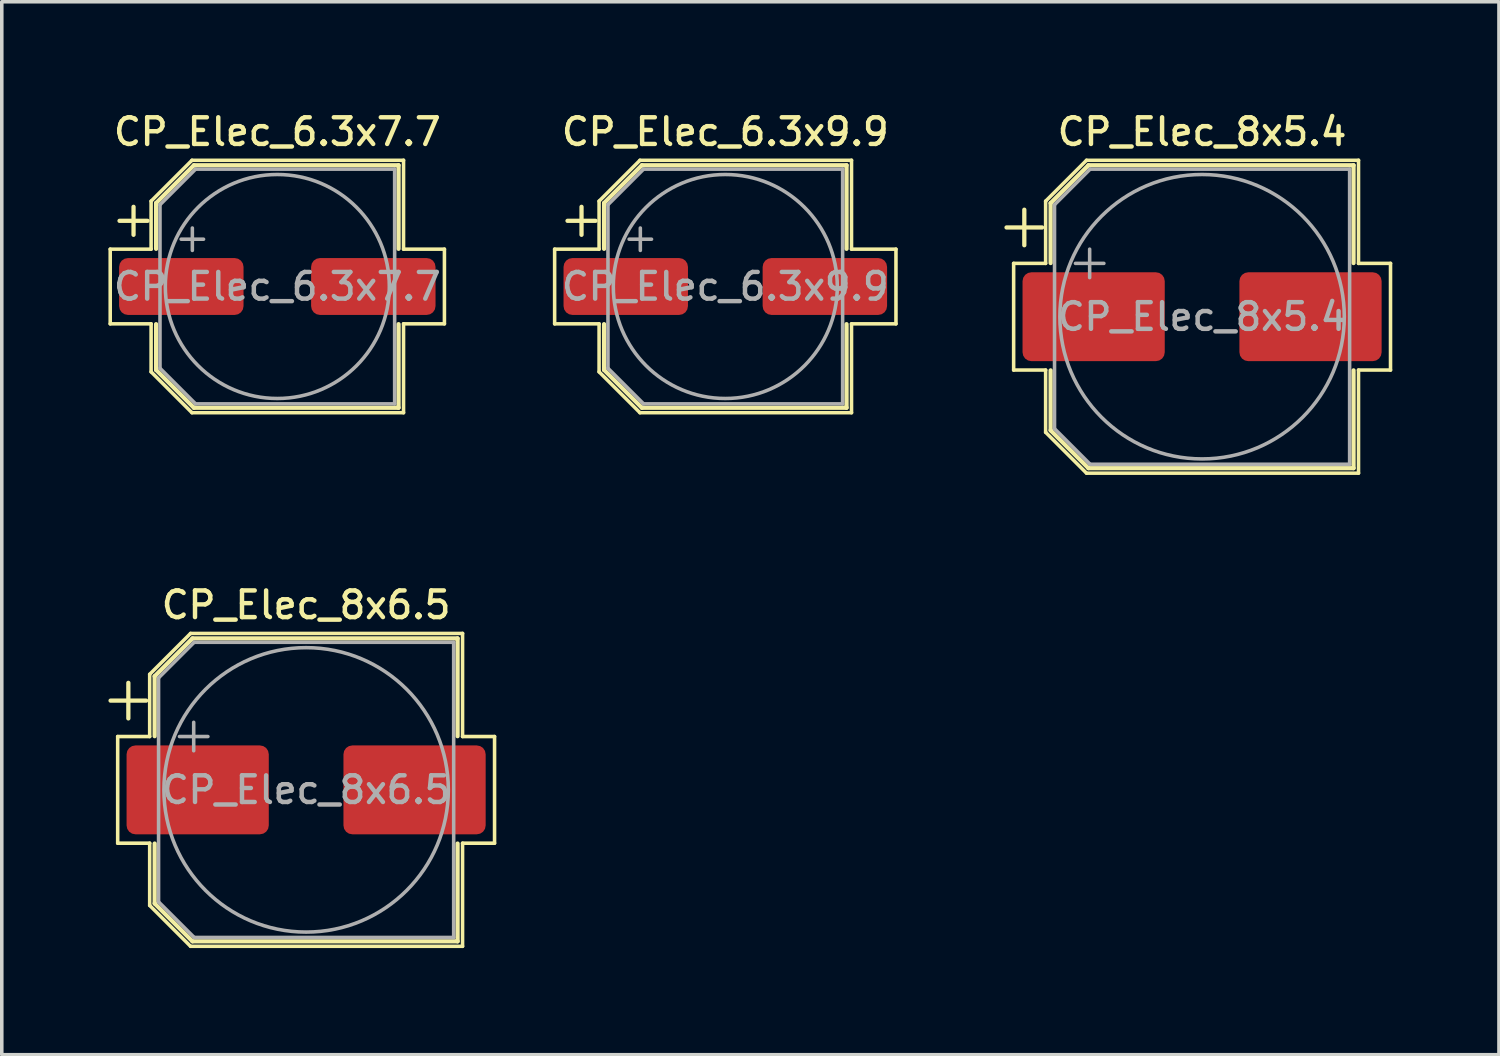
<source format=kicad_pcb>
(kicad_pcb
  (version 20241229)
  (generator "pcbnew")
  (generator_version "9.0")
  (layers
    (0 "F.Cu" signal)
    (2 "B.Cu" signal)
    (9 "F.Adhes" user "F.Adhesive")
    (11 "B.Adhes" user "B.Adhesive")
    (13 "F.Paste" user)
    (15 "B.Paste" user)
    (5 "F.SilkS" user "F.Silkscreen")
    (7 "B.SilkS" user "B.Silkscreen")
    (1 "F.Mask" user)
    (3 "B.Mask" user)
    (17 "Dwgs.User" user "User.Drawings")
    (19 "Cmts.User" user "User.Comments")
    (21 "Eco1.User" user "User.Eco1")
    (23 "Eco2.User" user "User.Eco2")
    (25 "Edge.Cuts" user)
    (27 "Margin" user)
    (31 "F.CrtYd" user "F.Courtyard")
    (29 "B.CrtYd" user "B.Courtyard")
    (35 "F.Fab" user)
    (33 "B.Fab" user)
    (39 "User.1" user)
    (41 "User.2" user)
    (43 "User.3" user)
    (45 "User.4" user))
  (footprint "CP_Elec_6.3x9.9"
    (layer "F.Cu")
    (at 17.35 5.008)
    (property "Reference" "CP_Elec_6.3x9.9" (at 0 -4.35 0) (layer "F.SilkS") (effects (font (size 0.75 0.75) (thickness 0.125))))
    (attr smd)
    (fp_line (start -4.8 -1.05) (end -4.8 1.05) (stroke (width 0.1) (type solid)) (layer "F.SilkS"))
    (fp_line (start -4.8 1.05) (end -3.55 1.05) (stroke (width 0.1) (type solid)) (layer "F.SilkS"))
    (fp_line (start -4.438 -1.847) (end -3.65 -1.847) (stroke (width 0.12) (type solid)) (layer "F.SilkS"))
    (fp_line (start -4.044 -2.241) (end -4.044 -1.454) (stroke (width 0.12) (type solid)) (layer "F.SilkS"))
    (fp_line (start -3.55 -2.4) (end -3.55 -1.05) (stroke (width 0.1) (type solid)) (layer "F.SilkS"))
    (fp_line (start -3.55 -2.4) (end -2.4 -3.55) (stroke (width 0.1) (type solid)) (layer "F.SilkS"))
    (fp_line (start -3.55 -1.05) (end -4.8 -1.05) (stroke (width 0.1) (type solid)) (layer "F.SilkS"))
    (fp_line (start -3.55 1.05) (end -3.55 2.4) (stroke (width 0.1) (type solid)) (layer "F.SilkS"))
    (fp_line (start -3.55 2.4) (end -2.4 3.55) (stroke (width 0.1) (type solid)) (layer "F.SilkS"))
    (fp_line (start -3.41 -2.346) (end -3.41 -1.06) (stroke (width 0.12) (type solid)) (layer "F.SilkS"))
    (fp_line (start -3.41 -2.346) (end -2.346 -3.41) (stroke (width 0.12) (type solid)) (layer "F.SilkS"))
    (fp_line (start -3.41 2.346) (end -3.41 1.06) (stroke (width 0.12) (type solid)) (layer "F.SilkS"))
    (fp_line (start -3.41 2.346) (end -2.346 3.41) (stroke (width 0.12) (type solid)) (layer "F.SilkS"))
    (fp_line (start -2.4 -3.55) (end 3.55 -3.55) (stroke (width 0.1) (type solid)) (layer "F.SilkS"))
    (fp_line (start -2.4 3.55) (end 3.55 3.55) (stroke (width 0.1) (type solid)) (layer "F.SilkS"))
    (fp_line (start -2.346 -3.41) (end 3.41 -3.41) (stroke (width 0.12) (type solid)) (layer "F.SilkS"))
    (fp_line (start -2.346 3.41) (end 3.41 3.41) (stroke (width 0.12) (type solid)) (layer "F.SilkS"))
    (fp_line (start 3.41 -3.41) (end 3.41 -1.06) (stroke (width 0.12) (type solid)) (layer "F.SilkS"))
    (fp_line (start 3.41 3.41) (end 3.41 1.06) (stroke (width 0.12) (type solid)) (layer "F.SilkS"))
    (fp_line (start 3.55 -3.55) (end 3.55 -1.05) (stroke (width 0.1) (type solid)) (layer "F.SilkS"))
    (fp_line (start 3.55 -1.05) (end 4.8 -1.05) (stroke (width 0.1) (type solid)) (layer "F.SilkS"))
    (fp_line (start 3.55 1.05) (end 3.55 3.55) (stroke (width 0.1) (type solid)) (layer "F.SilkS"))
    (fp_line (start 4.8 -1.05) (end 4.8 1.05) (stroke (width 0.1) (type solid)) (layer "F.SilkS"))
    (fp_line (start 4.8 1.05) (end 3.55 1.05) (stroke (width 0.1) (type solid)) (layer "F.SilkS"))
    (fp_line (start -3.3 -2.3) (end -3.3 2.3) (stroke (width 0.1) (type solid)) (layer "F.Fab"))
    (fp_line (start -3.3 -2.3) (end -2.3 -3.3) (stroke (width 0.1) (type solid)) (layer "F.Fab"))
    (fp_line (start -3.3 2.3) (end -2.3 3.3) (stroke (width 0.1) (type solid)) (layer "F.Fab"))
    (fp_line (start -2.705 -1.33) (end -2.075 -1.33) (stroke (width 0.1) (type solid)) (layer "F.Fab"))
    (fp_line (start -2.39 -1.645) (end -2.39 -1.015) (stroke (width 0.1) (type solid)) (layer "F.Fab"))
    (fp_line (start -2.3 -3.3) (end 3.3 -3.3) (stroke (width 0.1) (type solid)) (layer "F.Fab"))
    (fp_line (start -2.3 3.3) (end 3.3 3.3) (stroke (width 0.1) (type solid)) (layer "F.Fab"))
    (fp_line (start 3.3 -3.3) (end 3.3 3.3) (stroke (width 0.1) (type solid)) (layer "F.Fab"))
    (fp_circle (center 0 0) (end 3.15 0) (stroke (width 0.1) (type solid)) (fill no) (layer "F.Fab"))
    (fp_text user "${REFERENCE}" (at 0 0 0) (layer "F.Fab") (effects (font (size 0.75 0.75) (thickness 0.125))))
    (pad "1" smd roundrect (at -2.8 0) (size 3.5 1.6) (layers "F.Cu" "F.Mask" "F.Paste") (roundrect_rratio 0.156))
    (pad "2" smd roundrect (at 2.8 0) (size 3.5 1.6) (layers "F.Cu" "F.Mask" "F.Paste") (roundrect_rratio 0.156)))
  (footprint "CP_Elec_8x6.5"
    (layer "F.Cu")
    (at 5.56 19.166)
    (property "Reference" "CP_Elec_8x6.5" (at 0 -5.2 0) (layer "F.SilkS") (effects (font (size 0.75 0.75) (thickness 0.125))))
    (attr smd)
    (fp_line (start -5.5 -2.51) (end -4.5 -2.51) (stroke (width 0.12) (type solid)) (layer "F.SilkS"))
    (fp_line (start -5.3 -1.5) (end -5.3 1.5) (stroke (width 0.1) (type solid)) (layer "F.SilkS"))
    (fp_line (start -5.3 1.5) (end -4.4 1.5) (stroke (width 0.1) (type solid)) (layer "F.SilkS"))
    (fp_line (start -5 -3.01) (end -5 -2.01) (stroke (width 0.12) (type solid)) (layer "F.SilkS"))
    (fp_line (start -4.4 -3.25) (end -4.4 -1.5) (stroke (width 0.1) (type solid)) (layer "F.SilkS"))
    (fp_line (start -4.4 -3.25) (end -3.25 -4.4) (stroke (width 0.1) (type solid)) (layer "F.SilkS"))
    (fp_line (start -4.4 -1.5) (end -5.3 -1.5) (stroke (width 0.1) (type solid)) (layer "F.SilkS"))
    (fp_line (start -4.4 1.5) (end -4.4 3.25) (stroke (width 0.1) (type solid)) (layer "F.SilkS"))
    (fp_line (start -4.4 3.25) (end -3.25 4.4) (stroke (width 0.1) (type solid)) (layer "F.SilkS"))
    (fp_line (start -4.26 -3.196) (end -4.26 -1.51) (stroke (width 0.12) (type solid)) (layer "F.SilkS"))
    (fp_line (start -4.26 -3.196) (end -3.196 -4.26) (stroke (width 0.12) (type solid)) (layer "F.SilkS"))
    (fp_line (start -4.26 3.196) (end -4.26 1.51) (stroke (width 0.12) (type solid)) (layer "F.SilkS"))
    (fp_line (start -4.26 3.196) (end -3.196 4.26) (stroke (width 0.12) (type solid)) (layer "F.SilkS"))
    (fp_line (start -3.25 -4.4) (end 4.4 -4.4) (stroke (width 0.1) (type solid)) (layer "F.SilkS"))
    (fp_line (start -3.25 4.4) (end 4.4 4.4) (stroke (width 0.1) (type solid)) (layer "F.SilkS"))
    (fp_line (start -3.196 -4.26) (end 4.26 -4.26) (stroke (width 0.12) (type solid)) (layer "F.SilkS"))
    (fp_line (start -3.196 4.26) (end 4.26 4.26) (stroke (width 0.12) (type solid)) (layer "F.SilkS"))
    (fp_line (start 4.26 -4.26) (end 4.26 -1.51) (stroke (width 0.12) (type solid)) (layer "F.SilkS"))
    (fp_line (start 4.26 4.26) (end 4.26 1.51) (stroke (width 0.12) (type solid)) (layer "F.SilkS"))
    (fp_line (start 4.4 -4.4) (end 4.4 -1.5) (stroke (width 0.1) (type solid)) (layer "F.SilkS"))
    (fp_line (start 4.4 -1.5) (end 5.3 -1.5) (stroke (width 0.1) (type solid)) (layer "F.SilkS"))
    (fp_line (start 4.4 1.5) (end 4.4 4.4) (stroke (width 0.1) (type solid)) (layer "F.SilkS"))
    (fp_line (start 5.3 -1.5) (end 5.3 1.5) (stroke (width 0.1) (type solid)) (layer "F.SilkS"))
    (fp_line (start 5.3 1.5) (end 4.4 1.5) (stroke (width 0.1) (type solid)) (layer "F.SilkS"))
    (fp_line (start -4.15 -3.15) (end -4.15 3.15) (stroke (width 0.1) (type solid)) (layer "F.Fab"))
    (fp_line (start -4.15 -3.15) (end -3.15 -4.15) (stroke (width 0.1) (type solid)) (layer "F.Fab"))
    (fp_line (start -4.15 3.15) (end -3.15 4.15) (stroke (width 0.1) (type solid)) (layer "F.Fab"))
    (fp_line (start -3.562 -1.5) (end -2.762 -1.5) (stroke (width 0.1) (type solid)) (layer "F.Fab"))
    (fp_line (start -3.162 -1.9) (end -3.162 -1.1) (stroke (width 0.1) (type solid)) (layer "F.Fab"))
    (fp_line (start -3.15 -4.15) (end 4.15 -4.15) (stroke (width 0.1) (type solid)) (layer "F.Fab"))
    (fp_line (start -3.15 4.15) (end 4.15 4.15) (stroke (width 0.1) (type solid)) (layer "F.Fab"))
    (fp_line (start 4.15 -4.15) (end 4.15 4.15) (stroke (width 0.1) (type solid)) (layer "F.Fab"))
    (fp_circle (center 0 0) (end 4 0) (stroke (width 0.1) (type solid)) (fill no) (layer "F.Fab"))
    (fp_text user "${REFERENCE}" (at 0 0 0) (layer "F.Fab") (effects (font (size 0.75 0.75) (thickness 0.125))))
    (pad "1" smd roundrect (at -3.05 0) (size 4 2.5) (layers "F.Cu" "F.Mask" "F.Paste") (roundrect_rratio 0.1))
    (pad "2" smd roundrect (at 3.05 0) (size 4 2.5) (layers "F.Cu" "F.Mask" "F.Paste") (roundrect_rratio 0.1)))
  (footprint "CP_Elec_6.3x7.7"
    (layer "F.Cu")
    (at 4.75 5.008)
    (property "Reference" "CP_Elec_6.3x7.7" (at 0 -4.35 0) (layer "F.SilkS") (effects (font (size 0.75 0.75) (thickness 0.125))))
    (attr smd)
    (fp_line (start -4.7 -1.05) (end -4.7 1.05) (stroke (width 0.1) (type solid)) (layer "F.SilkS"))
    (fp_line (start -4.7 1.05) (end -3.55 1.05) (stroke (width 0.1) (type solid)) (layer "F.SilkS"))
    (fp_line (start -4.438 -1.847) (end -3.65 -1.847) (stroke (width 0.12) (type solid)) (layer "F.SilkS"))
    (fp_line (start -4.044 -2.241) (end -4.044 -1.454) (stroke (width 0.12) (type solid)) (layer "F.SilkS"))
    (fp_line (start -3.55 -2.4) (end -3.55 -1.05) (stroke (width 0.1) (type solid)) (layer "F.SilkS"))
    (fp_line (start -3.55 -2.4) (end -2.4 -3.55) (stroke (width 0.1) (type solid)) (layer "F.SilkS"))
    (fp_line (start -3.55 -1.05) (end -4.7 -1.05) (stroke (width 0.1) (type solid)) (layer "F.SilkS"))
    (fp_line (start -3.55 1.05) (end -3.55 2.4) (stroke (width 0.1) (type solid)) (layer "F.SilkS"))
    (fp_line (start -3.55 2.4) (end -2.4 3.55) (stroke (width 0.1) (type solid)) (layer "F.SilkS"))
    (fp_line (start -3.41 -2.346) (end -3.41 -1.06) (stroke (width 0.12) (type solid)) (layer "F.SilkS"))
    (fp_line (start -3.41 -2.346) (end -2.346 -3.41) (stroke (width 0.12) (type solid)) (layer "F.SilkS"))
    (fp_line (start -3.41 2.346) (end -3.41 1.06) (stroke (width 0.12) (type solid)) (layer "F.SilkS"))
    (fp_line (start -3.41 2.346) (end -2.346 3.41) (stroke (width 0.12) (type solid)) (layer "F.SilkS"))
    (fp_line (start -2.4 -3.55) (end 3.55 -3.55) (stroke (width 0.1) (type solid)) (layer "F.SilkS"))
    (fp_line (start -2.4 3.55) (end 3.55 3.55) (stroke (width 0.1) (type solid)) (layer "F.SilkS"))
    (fp_line (start -2.346 -3.41) (end 3.41 -3.41) (stroke (width 0.12) (type solid)) (layer "F.SilkS"))
    (fp_line (start -2.346 3.41) (end 3.41 3.41) (stroke (width 0.12) (type solid)) (layer "F.SilkS"))
    (fp_line (start 3.41 -3.41) (end 3.41 -1.06) (stroke (width 0.12) (type solid)) (layer "F.SilkS"))
    (fp_line (start 3.41 3.41) (end 3.41 1.06) (stroke (width 0.12) (type solid)) (layer "F.SilkS"))
    (fp_line (start 3.55 -3.55) (end 3.55 -1.05) (stroke (width 0.1) (type solid)) (layer "F.SilkS"))
    (fp_line (start 3.55 -1.05) (end 4.7 -1.05) (stroke (width 0.1) (type solid)) (layer "F.SilkS"))
    (fp_line (start 3.55 1.05) (end 3.55 3.55) (stroke (width 0.1) (type solid)) (layer "F.SilkS"))
    (fp_line (start 4.7 -1.05) (end 4.7 1.05) (stroke (width 0.1) (type solid)) (layer "F.SilkS"))
    (fp_line (start 4.7 1.05) (end 3.55 1.05) (stroke (width 0.1) (type solid)) (layer "F.SilkS"))
    (fp_line (start -3.3 -2.3) (end -3.3 2.3) (stroke (width 0.1) (type solid)) (layer "F.Fab"))
    (fp_line (start -3.3 -2.3) (end -2.3 -3.3) (stroke (width 0.1) (type solid)) (layer "F.Fab"))
    (fp_line (start -3.3 2.3) (end -2.3 3.3) (stroke (width 0.1) (type solid)) (layer "F.Fab"))
    (fp_line (start -2.705 -1.33) (end -2.075 -1.33) (stroke (width 0.1) (type solid)) (layer "F.Fab"))
    (fp_line (start -2.39 -1.645) (end -2.39 -1.015) (stroke (width 0.1) (type solid)) (layer "F.Fab"))
    (fp_line (start -2.3 -3.3) (end 3.3 -3.3) (stroke (width 0.1) (type solid)) (layer "F.Fab"))
    (fp_line (start -2.3 3.3) (end 3.3 3.3) (stroke (width 0.1) (type solid)) (layer "F.Fab"))
    (fp_line (start 3.3 -3.3) (end 3.3 3.3) (stroke (width 0.1) (type solid)) (layer "F.Fab"))
    (fp_circle (center 0 0) (end 3.15 0) (stroke (width 0.1) (type solid)) (fill no) (layer "F.Fab"))
    (fp_text user "${REFERENCE}" (at 0 0 0) (layer "F.Fab") (effects (font (size 0.75 0.75) (thickness 0.125))))
    (pad "1" smd roundrect (at -2.7 0) (size 3.5 1.6) (layers "F.Cu" "F.Mask" "F.Paste") (roundrect_rratio 0.156))
    (pad "2" smd roundrect (at 2.7 0) (size 3.5 1.6) (layers "F.Cu" "F.Mask" "F.Paste") (roundrect_rratio 0.156)))
  (footprint "CP_Elec_8x5.4"
    (layer "F.Cu")
    (at 30.76 5.858)
    (property "Reference" "CP_Elec_8x5.4" (at 0 -5.2 0) (layer "F.SilkS") (effects (font (size 0.75 0.75) (thickness 0.125))))
    (attr smd)
    (fp_line (start -5.5 -2.51) (end -4.5 -2.51) (stroke (width 0.12) (type solid)) (layer "F.SilkS"))
    (fp_line (start -5.3 -1.5) (end -5.3 1.5) (stroke (width 0.1) (type solid)) (layer "F.SilkS"))
    (fp_line (start -5.3 1.5) (end -4.4 1.5) (stroke (width 0.1) (type solid)) (layer "F.SilkS"))
    (fp_line (start -5 -3.01) (end -5 -2.01) (stroke (width 0.12) (type solid)) (layer "F.SilkS"))
    (fp_line (start -4.4 -3.25) (end -4.4 -1.5) (stroke (width 0.1) (type solid)) (layer "F.SilkS"))
    (fp_line (start -4.4 -3.25) (end -3.25 -4.4) (stroke (width 0.1) (type solid)) (layer "F.SilkS"))
    (fp_line (start -4.4 -1.5) (end -5.3 -1.5) (stroke (width 0.1) (type solid)) (layer "F.SilkS"))
    (fp_line (start -4.4 1.5) (end -4.4 3.25) (stroke (width 0.1) (type solid)) (layer "F.SilkS"))
    (fp_line (start -4.4 3.25) (end -3.25 4.4) (stroke (width 0.1) (type solid)) (layer "F.SilkS"))
    (fp_line (start -4.26 -3.196) (end -4.26 -1.51) (stroke (width 0.12) (type solid)) (layer "F.SilkS"))
    (fp_line (start -4.26 -3.196) (end -3.196 -4.26) (stroke (width 0.12) (type solid)) (layer "F.SilkS"))
    (fp_line (start -4.26 3.196) (end -4.26 1.51) (stroke (width 0.12) (type solid)) (layer "F.SilkS"))
    (fp_line (start -4.26 3.196) (end -3.196 4.26) (stroke (width 0.12) (type solid)) (layer "F.SilkS"))
    (fp_line (start -3.25 -4.4) (end 4.4 -4.4) (stroke (width 0.1) (type solid)) (layer "F.SilkS"))
    (fp_line (start -3.25 4.4) (end 4.4 4.4) (stroke (width 0.1) (type solid)) (layer "F.SilkS"))
    (fp_line (start -3.196 -4.26) (end 4.26 -4.26) (stroke (width 0.12) (type solid)) (layer "F.SilkS"))
    (fp_line (start -3.196 4.26) (end 4.26 4.26) (stroke (width 0.12) (type solid)) (layer "F.SilkS"))
    (fp_line (start 4.26 -4.26) (end 4.26 -1.51) (stroke (width 0.12) (type solid)) (layer "F.SilkS"))
    (fp_line (start 4.26 4.26) (end 4.26 1.51) (stroke (width 0.12) (type solid)) (layer "F.SilkS"))
    (fp_line (start 4.4 -4.4) (end 4.4 -1.5) (stroke (width 0.1) (type solid)) (layer "F.SilkS"))
    (fp_line (start 4.4 -1.5) (end 5.3 -1.5) (stroke (width 0.1) (type solid)) (layer "F.SilkS"))
    (fp_line (start 4.4 1.5) (end 4.4 4.4) (stroke (width 0.1) (type solid)) (layer "F.SilkS"))
    (fp_line (start 5.3 -1.5) (end 5.3 1.5) (stroke (width 0.1) (type solid)) (layer "F.SilkS"))
    (fp_line (start 5.3 1.5) (end 4.4 1.5) (stroke (width 0.1) (type solid)) (layer "F.SilkS"))
    (fp_line (start -4.15 -3.15) (end -4.15 3.15) (stroke (width 0.1) (type solid)) (layer "F.Fab"))
    (fp_line (start -4.15 -3.15) (end -3.15 -4.15) (stroke (width 0.1) (type solid)) (layer "F.Fab"))
    (fp_line (start -4.15 3.15) (end -3.15 4.15) (stroke (width 0.1) (type solid)) (layer "F.Fab"))
    (fp_line (start -3.562 -1.5) (end -2.762 -1.5) (stroke (width 0.1) (type solid)) (layer "F.Fab"))
    (fp_line (start -3.162 -1.9) (end -3.162 -1.1) (stroke (width 0.1) (type solid)) (layer "F.Fab"))
    (fp_line (start -3.15 -4.15) (end 4.15 -4.15) (stroke (width 0.1) (type solid)) (layer "F.Fab"))
    (fp_line (start -3.15 4.15) (end 4.15 4.15) (stroke (width 0.1) (type solid)) (layer "F.Fab"))
    (fp_line (start 4.15 -4.15) (end 4.15 4.15) (stroke (width 0.1) (type solid)) (layer "F.Fab"))
    (fp_circle (center 0 0) (end 4 0) (stroke (width 0.1) (type solid)) (fill no) (layer "F.Fab"))
    (fp_text user "${REFERENCE}" (at 0 0 0) (layer "F.Fab") (effects (font (size 0.75 0.75) (thickness 0.125))))
    (pad "1" smd roundrect (at -3.05 0) (size 4 2.5) (layers "F.Cu" "F.Mask" "F.Paste") (roundrect_rratio 0.1))
    (pad "2" smd roundrect (at 3.05 0) (size 4 2.5) (layers "F.Cu" "F.Mask" "F.Paste") (roundrect_rratio 0.1)))
  (gr_rect
    (start -3 -3)
    (end 39.11 26.616)
    (stroke (width 0.1) (type default))
    (fill no)
    (layer "Edge.Cuts")))
</source>
